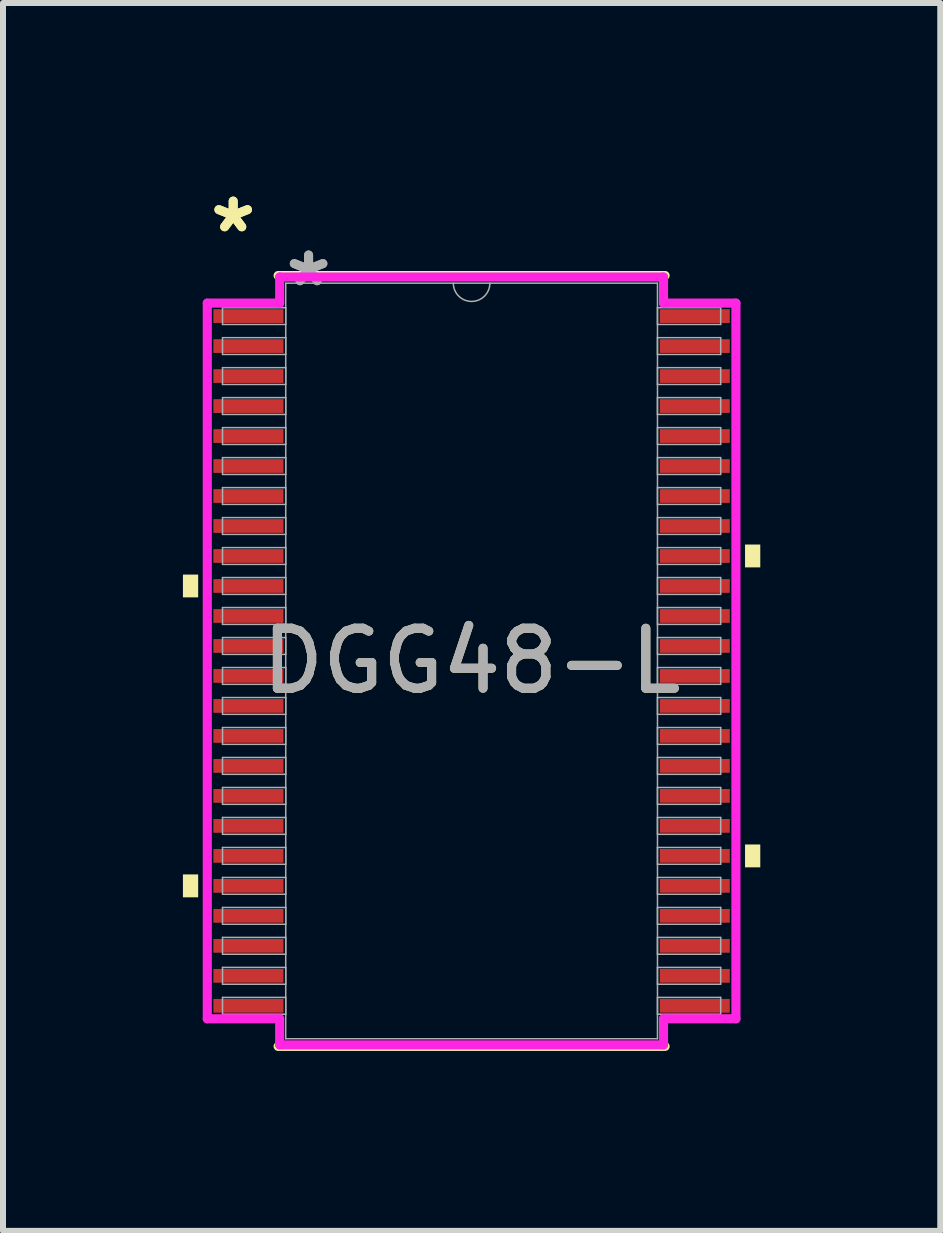
<source format=kicad_pcb>
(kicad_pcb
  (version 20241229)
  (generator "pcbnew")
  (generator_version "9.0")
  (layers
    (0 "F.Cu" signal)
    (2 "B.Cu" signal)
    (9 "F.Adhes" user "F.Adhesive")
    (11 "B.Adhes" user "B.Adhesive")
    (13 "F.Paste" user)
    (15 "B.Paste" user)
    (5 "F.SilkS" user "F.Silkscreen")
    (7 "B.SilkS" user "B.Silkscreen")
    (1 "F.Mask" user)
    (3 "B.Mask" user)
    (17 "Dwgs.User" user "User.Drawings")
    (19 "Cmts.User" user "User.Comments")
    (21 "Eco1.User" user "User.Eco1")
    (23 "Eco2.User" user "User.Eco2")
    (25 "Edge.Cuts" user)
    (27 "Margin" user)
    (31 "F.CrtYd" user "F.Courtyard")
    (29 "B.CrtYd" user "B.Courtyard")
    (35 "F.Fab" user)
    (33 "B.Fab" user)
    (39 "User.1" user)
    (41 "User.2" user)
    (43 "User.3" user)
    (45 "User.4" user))
  (footprint "DGG48-L"
    (layer "F.Cu")
    (at 4.813 7.97)
    (property "Reference" "DGG48-L" (at 0 0 0) (unlocked yes) (layer "F.SilkS") (effects (font (size 1 1) (thickness 0.15))))
    (attr smd)
    (fp_line (start -3.226 6.426) (end 3.226 6.426) (stroke (width 0.152) (type solid)) (layer "F.SilkS"))
    (fp_line (start 3.226 -6.426) (end -3.226 -6.426) (stroke (width 0.152) (type solid)) (layer "F.SilkS"))
    (fp_poly (pts (xy -4.813 -1.44) (xy -4.813 -1.06) (xy -4.559 -1.06) (xy -4.559 -1.44)) (stroke (width 0) (type solid)) (fill yes) (layer "F.SilkS"))
    (fp_poly (pts (xy -4.813 3.559) (xy -4.813 3.941) (xy -4.559 3.941) (xy -4.559 3.559)) (stroke (width 0) (type solid)) (fill yes) (layer "F.SilkS"))
    (fp_poly (pts (xy 4.813 -1.941) (xy 4.813 -1.56) (xy 4.559 -1.56) (xy 4.559 -1.941)) (stroke (width 0) (type solid)) (fill yes) (layer "F.SilkS"))
    (fp_poly (pts (xy 4.813 3.06) (xy 4.813 3.441) (xy 4.559 3.441) (xy 4.559 3.06)) (stroke (width 0) (type solid)) (fill yes) (layer "F.SilkS"))
    (fp_line (start -4.407 -5.966) (end -3.2 -5.966) (stroke (width 0.152) (type solid)) (layer "F.CrtYd"))
    (fp_line (start -4.407 5.966) (end -4.407 -5.966) (stroke (width 0.152) (type solid)) (layer "F.CrtYd"))
    (fp_line (start -4.407 5.966) (end -3.2 5.966) (stroke (width 0.152) (type solid)) (layer "F.CrtYd"))
    (fp_line (start -3.2 -6.401) (end 3.2 -6.401) (stroke (width 0.152) (type solid)) (layer "F.CrtYd"))
    (fp_line (start -3.2 -5.966) (end -3.2 -6.401) (stroke (width 0.152) (type solid)) (layer "F.CrtYd"))
    (fp_line (start -3.2 6.401) (end -3.2 5.966) (stroke (width 0.152) (type solid)) (layer "F.CrtYd"))
    (fp_line (start 3.2 -6.401) (end 3.2 -5.966) (stroke (width 0.152) (type solid)) (layer "F.CrtYd"))
    (fp_line (start 3.2 5.966) (end 3.2 6.401) (stroke (width 0.152) (type solid)) (layer "F.CrtYd"))
    (fp_line (start 3.2 6.401) (end -3.2 6.401) (stroke (width 0.152) (type solid)) (layer "F.CrtYd"))
    (fp_line (start 4.407 -5.966) (end 3.2 -5.966) (stroke (width 0.152) (type solid)) (layer "F.CrtYd"))
    (fp_line (start 4.407 -5.966) (end 4.407 5.966) (stroke (width 0.152) (type solid)) (layer "F.CrtYd"))
    (fp_line (start 4.407 5.966) (end 3.2 5.966) (stroke (width 0.152) (type solid)) (layer "F.CrtYd"))
    (fp_line (start -4.153 -5.89) (end -4.153 -5.61) (stroke (width 0.025) (type solid)) (layer "F.Fab"))
    (fp_line (start -4.153 -5.61) (end -3.099 -5.61) (stroke (width 0.025) (type solid)) (layer "F.Fab"))
    (fp_line (start -4.153 -5.39) (end -4.153 -5.11) (stroke (width 0.025) (type solid)) (layer "F.Fab"))
    (fp_line (start -4.153 -5.11) (end -3.099 -5.11) (stroke (width 0.025) (type solid)) (layer "F.Fab"))
    (fp_line (start -4.153 -4.89) (end -4.153 -4.61) (stroke (width 0.025) (type solid)) (layer "F.Fab"))
    (fp_line (start -4.153 -4.61) (end -3.099 -4.61) (stroke (width 0.025) (type solid)) (layer "F.Fab"))
    (fp_line (start -4.153 -4.39) (end -4.153 -4.11) (stroke (width 0.025) (type solid)) (layer "F.Fab"))
    (fp_line (start -4.153 -4.11) (end -3.099 -4.11) (stroke (width 0.025) (type solid)) (layer "F.Fab"))
    (fp_line (start -4.153 -3.89) (end -4.153 -3.61) (stroke (width 0.025) (type solid)) (layer "F.Fab"))
    (fp_line (start -4.153 -3.61) (end -3.099 -3.61) (stroke (width 0.025) (type solid)) (layer "F.Fab"))
    (fp_line (start -4.153 -3.39) (end -4.153 -3.11) (stroke (width 0.025) (type solid)) (layer "F.Fab"))
    (fp_line (start -4.153 -3.11) (end -3.099 -3.11) (stroke (width 0.025) (type solid)) (layer "F.Fab"))
    (fp_line (start -4.153 -2.89) (end -4.153 -2.61) (stroke (width 0.025) (type solid)) (layer "F.Fab"))
    (fp_line (start -4.153 -2.61) (end -3.099 -2.61) (stroke (width 0.025) (type solid)) (layer "F.Fab"))
    (fp_line (start -4.153 -2.39) (end -4.153 -2.11) (stroke (width 0.025) (type solid)) (layer "F.Fab"))
    (fp_line (start -4.153 -2.11) (end -3.099 -2.11) (stroke (width 0.025) (type solid)) (layer "F.Fab"))
    (fp_line (start -4.153 -1.89) (end -4.153 -1.61) (stroke (width 0.025) (type solid)) (layer "F.Fab"))
    (fp_line (start -4.153 -1.61) (end -3.099 -1.61) (stroke (width 0.025) (type solid)) (layer "F.Fab"))
    (fp_line (start -4.153 -1.39) (end -4.153 -1.11) (stroke (width 0.025) (type solid)) (layer "F.Fab"))
    (fp_line (start -4.153 -1.11) (end -3.099 -1.11) (stroke (width 0.025) (type solid)) (layer "F.Fab"))
    (fp_line (start -4.153 -0.89) (end -4.153 -0.61) (stroke (width 0.025) (type solid)) (layer "F.Fab"))
    (fp_line (start -4.153 -0.61) (end -3.099 -0.61) (stroke (width 0.025) (type solid)) (layer "F.Fab"))
    (fp_line (start -4.153 -0.39) (end -4.153 -0.11) (stroke (width 0.025) (type solid)) (layer "F.Fab"))
    (fp_line (start -4.153 -0.11) (end -3.099 -0.11) (stroke (width 0.025) (type solid)) (layer "F.Fab"))
    (fp_line (start -4.153 0.11) (end -4.153 0.39) (stroke (width 0.025) (type solid)) (layer "F.Fab"))
    (fp_line (start -4.153 0.39) (end -3.099 0.39) (stroke (width 0.025) (type solid)) (layer "F.Fab"))
    (fp_line (start -4.153 0.61) (end -4.153 0.89) (stroke (width 0.025) (type solid)) (layer "F.Fab"))
    (fp_line (start -4.153 0.89) (end -3.099 0.89) (stroke (width 0.025) (type solid)) (layer "F.Fab"))
    (fp_line (start -4.153 1.11) (end -4.153 1.39) (stroke (width 0.025) (type solid)) (layer "F.Fab"))
    (fp_line (start -4.153 1.39) (end -3.099 1.39) (stroke (width 0.025) (type solid)) (layer "F.Fab"))
    (fp_line (start -4.153 1.61) (end -4.153 1.89) (stroke (width 0.025) (type solid)) (layer "F.Fab"))
    (fp_line (start -4.153 1.89) (end -3.099 1.89) (stroke (width 0.025) (type solid)) (layer "F.Fab"))
    (fp_line (start -4.153 2.11) (end -4.153 2.39) (stroke (width 0.025) (type solid)) (layer "F.Fab"))
    (fp_line (start -4.153 2.39) (end -3.099 2.39) (stroke (width 0.025) (type solid)) (layer "F.Fab"))
    (fp_line (start -4.153 2.61) (end -4.153 2.89) (stroke (width 0.025) (type solid)) (layer "F.Fab"))
    (fp_line (start -4.153 2.89) (end -3.099 2.89) (stroke (width 0.025) (type solid)) (layer "F.Fab"))
    (fp_line (start -4.153 3.11) (end -4.153 3.39) (stroke (width 0.025) (type solid)) (layer "F.Fab"))
    (fp_line (start -4.153 3.39) (end -3.099 3.39) (stroke (width 0.025) (type solid)) (layer "F.Fab"))
    (fp_line (start -4.153 3.61) (end -4.153 3.89) (stroke (width 0.025) (type solid)) (layer "F.Fab"))
    (fp_line (start -4.153 3.89) (end -3.099 3.89) (stroke (width 0.025) (type solid)) (layer "F.Fab"))
    (fp_line (start -4.153 4.11) (end -4.153 4.39) (stroke (width 0.025) (type solid)) (layer "F.Fab"))
    (fp_line (start -4.153 4.39) (end -3.099 4.39) (stroke (width 0.025) (type solid)) (layer "F.Fab"))
    (fp_line (start -4.153 4.61) (end -4.153 4.89) (stroke (width 0.025) (type solid)) (layer "F.Fab"))
    (fp_line (start -4.153 4.89) (end -3.099 4.89) (stroke (width 0.025) (type solid)) (layer "F.Fab"))
    (fp_line (start -4.153 5.11) (end -4.153 5.39) (stroke (width 0.025) (type solid)) (layer "F.Fab"))
    (fp_line (start -4.153 5.39) (end -3.099 5.39) (stroke (width 0.025) (type solid)) (layer "F.Fab"))
    (fp_line (start -4.153 5.61) (end -4.153 5.89) (stroke (width 0.025) (type solid)) (layer "F.Fab"))
    (fp_line (start -4.153 5.89) (end -3.099 5.89) (stroke (width 0.025) (type solid)) (layer "F.Fab"))
    (fp_line (start -3.099 -6.299) (end -3.099 6.299) (stroke (width 0.025) (type solid)) (layer "F.Fab"))
    (fp_line (start -3.099 -5.89) (end -4.153 -5.89) (stroke (width 0.025) (type solid)) (layer "F.Fab"))
    (fp_line (start -3.099 -5.61) (end -3.099 -5.89) (stroke (width 0.025) (type solid)) (layer "F.Fab"))
    (fp_line (start -3.099 -5.39) (end -4.153 -5.39) (stroke (width 0.025) (type solid)) (layer "F.Fab"))
    (fp_line (start -3.099 -5.11) (end -3.099 -5.39) (stroke (width 0.025) (type solid)) (layer "F.Fab"))
    (fp_line (start -3.099 -4.89) (end -4.153 -4.89) (stroke (width 0.025) (type solid)) (layer "F.Fab"))
    (fp_line (start -3.099 -4.61) (end -3.099 -4.89) (stroke (width 0.025) (type solid)) (layer "F.Fab"))
    (fp_line (start -3.099 -4.39) (end -4.153 -4.39) (stroke (width 0.025) (type solid)) (layer "F.Fab"))
    (fp_line (start -3.099 -4.11) (end -3.099 -4.39) (stroke (width 0.025) (type solid)) (layer "F.Fab"))
    (fp_line (start -3.099 -3.89) (end -4.153 -3.89) (stroke (width 0.025) (type solid)) (layer "F.Fab"))
    (fp_line (start -3.099 -3.61) (end -3.099 -3.89) (stroke (width 0.025) (type solid)) (layer "F.Fab"))
    (fp_line (start -3.099 -3.39) (end -4.153 -3.39) (stroke (width 0.025) (type solid)) (layer "F.Fab"))
    (fp_line (start -3.099 -3.11) (end -3.099 -3.39) (stroke (width 0.025) (type solid)) (layer "F.Fab"))
    (fp_line (start -3.099 -2.89) (end -4.153 -2.89) (stroke (width 0.025) (type solid)) (layer "F.Fab"))
    (fp_line (start -3.099 -2.61) (end -3.099 -2.89) (stroke (width 0.025) (type solid)) (layer "F.Fab"))
    (fp_line (start -3.099 -2.39) (end -4.153 -2.39) (stroke (width 0.025) (type solid)) (layer "F.Fab"))
    (fp_line (start -3.099 -2.11) (end -3.099 -2.39) (stroke (width 0.025) (type solid)) (layer "F.Fab"))
    (fp_line (start -3.099 -1.89) (end -4.153 -1.89) (stroke (width 0.025) (type solid)) (layer "F.Fab"))
    (fp_line (start -3.099 -1.61) (end -3.099 -1.89) (stroke (width 0.025) (type solid)) (layer "F.Fab"))
    (fp_line (start -3.099 -1.39) (end -4.153 -1.39) (stroke (width 0.025) (type solid)) (layer "F.Fab"))
    (fp_line (start -3.099 -1.11) (end -3.099 -1.39) (stroke (width 0.025) (type solid)) (layer "F.Fab"))
    (fp_line (start -3.099 -0.89) (end -4.153 -0.89) (stroke (width 0.025) (type solid)) (layer "F.Fab"))
    (fp_line (start -3.099 -0.61) (end -3.099 -0.89) (stroke (width 0.025) (type solid)) (layer "F.Fab"))
    (fp_line (start -3.099 -0.39) (end -4.153 -0.39) (stroke (width 0.025) (type solid)) (layer "F.Fab"))
    (fp_line (start -3.099 -0.11) (end -3.099 -0.39) (stroke (width 0.025) (type solid)) (layer "F.Fab"))
    (fp_line (start -3.099 0.11) (end -4.153 0.11) (stroke (width 0.025) (type solid)) (layer "F.Fab"))
    (fp_line (start -3.099 0.39) (end -3.099 0.11) (stroke (width 0.025) (type solid)) (layer "F.Fab"))
    (fp_line (start -3.099 0.61) (end -4.153 0.61) (stroke (width 0.025) (type solid)) (layer "F.Fab"))
    (fp_line (start -3.099 0.89) (end -3.099 0.61) (stroke (width 0.025) (type solid)) (layer "F.Fab"))
    (fp_line (start -3.099 1.11) (end -4.153 1.11) (stroke (width 0.025) (type solid)) (layer "F.Fab"))
    (fp_line (start -3.099 1.39) (end -3.099 1.11) (stroke (width 0.025) (type solid)) (layer "F.Fab"))
    (fp_line (start -3.099 1.61) (end -4.153 1.61) (stroke (width 0.025) (type solid)) (layer "F.Fab"))
    (fp_line (start -3.099 1.89) (end -3.099 1.61) (stroke (width 0.025) (type solid)) (layer "F.Fab"))
    (fp_line (start -3.099 2.11) (end -4.153 2.11) (stroke (width 0.025) (type solid)) (layer "F.Fab"))
    (fp_line (start -3.099 2.39) (end -3.099 2.11) (stroke (width 0.025) (type solid)) (layer "F.Fab"))
    (fp_line (start -3.099 2.61) (end -4.153 2.61) (stroke (width 0.025) (type solid)) (layer "F.Fab"))
    (fp_line (start -3.099 2.89) (end -3.099 2.61) (stroke (width 0.025) (type solid)) (layer "F.Fab"))
    (fp_line (start -3.099 3.11) (end -4.153 3.11) (stroke (width 0.025) (type solid)) (layer "F.Fab"))
    (fp_line (start -3.099 3.39) (end -3.099 3.11) (stroke (width 0.025) (type solid)) (layer "F.Fab"))
    (fp_line (start -3.099 3.61) (end -4.153 3.61) (stroke (width 0.025) (type solid)) (layer "F.Fab"))
    (fp_line (start -3.099 3.89) (end -3.099 3.61) (stroke (width 0.025) (type solid)) (layer "F.Fab"))
    (fp_line (start -3.099 4.11) (end -4.153 4.11) (stroke (width 0.025) (type solid)) (layer "F.Fab"))
    (fp_line (start -3.099 4.39) (end -3.099 4.11) (stroke (width 0.025) (type solid)) (layer "F.Fab"))
    (fp_line (start -3.099 4.61) (end -4.153 4.61) (stroke (width 0.025) (type solid)) (layer "F.Fab"))
    (fp_line (start -3.099 4.89) (end -3.099 4.61) (stroke (width 0.025) (type solid)) (layer "F.Fab"))
    (fp_line (start -3.099 5.11) (end -4.153 5.11) (stroke (width 0.025) (type solid)) (layer "F.Fab"))
    (fp_line (start -3.099 5.39) (end -3.099 5.11) (stroke (width 0.025) (type solid)) (layer "F.Fab"))
    (fp_line (start -3.099 5.61) (end -4.153 5.61) (stroke (width 0.025) (type solid)) (layer "F.Fab"))
    (fp_line (start -3.099 5.89) (end -3.099 5.61) (stroke (width 0.025) (type solid)) (layer "F.Fab"))
    (fp_line (start -3.099 6.299) (end 3.099 6.299) (stroke (width 0.025) (type solid)) (layer "F.Fab"))
    (fp_line (start 3.099 -6.299) (end -3.099 -6.299) (stroke (width 0.025) (type solid)) (layer "F.Fab"))
    (fp_line (start 3.099 -5.89) (end 3.099 -5.61) (stroke (width 0.025) (type solid)) (layer "F.Fab"))
    (fp_line (start 3.099 -5.61) (end 4.153 -5.61) (stroke (width 0.025) (type solid)) (layer "F.Fab"))
    (fp_line (start 3.099 -5.39) (end 3.099 -5.11) (stroke (width 0.025) (type solid)) (layer "F.Fab"))
    (fp_line (start 3.099 -5.11) (end 4.153 -5.11) (stroke (width 0.025) (type solid)) (layer "F.Fab"))
    (fp_line (start 3.099 -4.89) (end 3.099 -4.61) (stroke (width 0.025) (type solid)) (layer "F.Fab"))
    (fp_line (start 3.099 -4.61) (end 4.153 -4.61) (stroke (width 0.025) (type solid)) (layer "F.Fab"))
    (fp_line (start 3.099 -4.39) (end 3.099 -4.11) (stroke (width 0.025) (type solid)) (layer "F.Fab"))
    (fp_line (start 3.099 -4.11) (end 4.153 -4.11) (stroke (width 0.025) (type solid)) (layer "F.Fab"))
    (fp_line (start 3.099 -3.89) (end 3.099 -3.61) (stroke (width 0.025) (type solid)) (layer "F.Fab"))
    (fp_line (start 3.099 -3.61) (end 4.153 -3.61) (stroke (width 0.025) (type solid)) (layer "F.Fab"))
    (fp_line (start 3.099 -3.39) (end 3.099 -3.11) (stroke (width 0.025) (type solid)) (layer "F.Fab"))
    (fp_line (start 3.099 -3.11) (end 4.153 -3.11) (stroke (width 0.025) (type solid)) (layer "F.Fab"))
    (fp_line (start 3.099 -2.89) (end 3.099 -2.61) (stroke (width 0.025) (type solid)) (layer "F.Fab"))
    (fp_line (start 3.099 -2.61) (end 4.153 -2.61) (stroke (width 0.025) (type solid)) (layer "F.Fab"))
    (fp_line (start 3.099 -2.39) (end 3.099 -2.11) (stroke (width 0.025) (type solid)) (layer "F.Fab"))
    (fp_line (start 3.099 -2.11) (end 4.153 -2.11) (stroke (width 0.025) (type solid)) (layer "F.Fab"))
    (fp_line (start 3.099 -1.89) (end 3.099 -1.61) (stroke (width 0.025) (type solid)) (layer "F.Fab"))
    (fp_line (start 3.099 -1.61) (end 4.153 -1.61) (stroke (width 0.025) (type solid)) (layer "F.Fab"))
    (fp_line (start 3.099 -1.39) (end 3.099 -1.11) (stroke (width 0.025) (type solid)) (layer "F.Fab"))
    (fp_line (start 3.099 -1.11) (end 4.153 -1.11) (stroke (width 0.025) (type solid)) (layer "F.Fab"))
    (fp_line (start 3.099 -0.89) (end 3.099 -0.61) (stroke (width 0.025) (type solid)) (layer "F.Fab"))
    (fp_line (start 3.099 -0.61) (end 4.153 -0.61) (stroke (width 0.025) (type solid)) (layer "F.Fab"))
    (fp_line (start 3.099 -0.39) (end 3.099 -0.11) (stroke (width 0.025) (type solid)) (layer "F.Fab"))
    (fp_line (start 3.099 -0.11) (end 4.153 -0.11) (stroke (width 0.025) (type solid)) (layer "F.Fab"))
    (fp_line (start 3.099 0.11) (end 3.099 0.39) (stroke (width 0.025) (type solid)) (layer "F.Fab"))
    (fp_line (start 3.099 0.39) (end 4.153 0.39) (stroke (width 0.025) (type solid)) (layer "F.Fab"))
    (fp_line (start 3.099 0.61) (end 3.099 0.89) (stroke (width 0.025) (type solid)) (layer "F.Fab"))
    (fp_line (start 3.099 0.89) (end 4.153 0.89) (stroke (width 0.025) (type solid)) (layer "F.Fab"))
    (fp_line (start 3.099 1.11) (end 3.099 1.39) (stroke (width 0.025) (type solid)) (layer "F.Fab"))
    (fp_line (start 3.099 1.39) (end 4.153 1.39) (stroke (width 0.025) (type solid)) (layer "F.Fab"))
    (fp_line (start 3.099 1.61) (end 3.099 1.89) (stroke (width 0.025) (type solid)) (layer "F.Fab"))
    (fp_line (start 3.099 1.89) (end 4.153 1.89) (stroke (width 0.025) (type solid)) (layer "F.Fab"))
    (fp_line (start 3.099 2.11) (end 3.099 2.39) (stroke (width 0.025) (type solid)) (layer "F.Fab"))
    (fp_line (start 3.099 2.39) (end 4.153 2.39) (stroke (width 0.025) (type solid)) (layer "F.Fab"))
    (fp_line (start 3.099 2.61) (end 3.099 2.89) (stroke (width 0.025) (type solid)) (layer "F.Fab"))
    (fp_line (start 3.099 2.89) (end 4.153 2.89) (stroke (width 0.025) (type solid)) (layer "F.Fab"))
    (fp_line (start 3.099 3.11) (end 3.099 3.39) (stroke (width 0.025) (type solid)) (layer "F.Fab"))
    (fp_line (start 3.099 3.39) (end 4.153 3.39) (stroke (width 0.025) (type solid)) (layer "F.Fab"))
    (fp_line (start 3.099 3.61) (end 3.099 3.89) (stroke (width 0.025) (type solid)) (layer "F.Fab"))
    (fp_line (start 3.099 3.89) (end 4.153 3.89) (stroke (width 0.025) (type solid)) (layer "F.Fab"))
    (fp_line (start 3.099 4.11) (end 3.099 4.39) (stroke (width 0.025) (type solid)) (layer "F.Fab"))
    (fp_line (start 3.099 4.39) (end 4.153 4.39) (stroke (width 0.025) (type solid)) (layer "F.Fab"))
    (fp_line (start 3.099 4.61) (end 3.099 4.89) (stroke (width 0.025) (type solid)) (layer "F.Fab"))
    (fp_line (start 3.099 4.89) (end 4.153 4.89) (stroke (width 0.025) (type solid)) (layer "F.Fab"))
    (fp_line (start 3.099 5.11) (end 3.099 5.39) (stroke (width 0.025) (type solid)) (layer "F.Fab"))
    (fp_line (start 3.099 5.39) (end 4.153 5.39) (stroke (width 0.025) (type solid)) (layer "F.Fab"))
    (fp_line (start 3.099 5.61) (end 3.099 5.89) (stroke (width 0.025) (type solid)) (layer "F.Fab"))
    (fp_line (start 3.099 5.89) (end 4.153 5.89) (stroke (width 0.025) (type solid)) (layer "F.Fab"))
    (fp_line (start 3.099 6.299) (end 3.099 -6.299) (stroke (width 0.025) (type solid)) (layer "F.Fab"))
    (fp_line (start 4.153 -5.89) (end 3.099 -5.89) (stroke (width 0.025) (type solid)) (layer "F.Fab"))
    (fp_line (start 4.153 -5.61) (end 4.153 -5.89) (stroke (width 0.025) (type solid)) (layer "F.Fab"))
    (fp_line (start 4.153 -5.39) (end 3.099 -5.39) (stroke (width 0.025) (type solid)) (layer "F.Fab"))
    (fp_line (start 4.153 -5.11) (end 4.153 -5.39) (stroke (width 0.025) (type solid)) (layer "F.Fab"))
    (fp_line (start 4.153 -4.89) (end 3.099 -4.89) (stroke (width 0.025) (type solid)) (layer "F.Fab"))
    (fp_line (start 4.153 -4.61) (end 4.153 -4.89) (stroke (width 0.025) (type solid)) (layer "F.Fab"))
    (fp_line (start 4.153 -4.39) (end 3.099 -4.39) (stroke (width 0.025) (type solid)) (layer "F.Fab"))
    (fp_line (start 4.153 -4.11) (end 4.153 -4.39) (stroke (width 0.025) (type solid)) (layer "F.Fab"))
    (fp_line (start 4.153 -3.89) (end 3.099 -3.89) (stroke (width 0.025) (type solid)) (layer "F.Fab"))
    (fp_line (start 4.153 -3.61) (end 4.153 -3.89) (stroke (width 0.025) (type solid)) (layer "F.Fab"))
    (fp_line (start 4.153 -3.39) (end 3.099 -3.39) (stroke (width 0.025) (type solid)) (layer "F.Fab"))
    (fp_line (start 4.153 -3.11) (end 4.153 -3.39) (stroke (width 0.025) (type solid)) (layer "F.Fab"))
    (fp_line (start 4.153 -2.89) (end 3.099 -2.89) (stroke (width 0.025) (type solid)) (layer "F.Fab"))
    (fp_line (start 4.153 -2.61) (end 4.153 -2.89) (stroke (width 0.025) (type solid)) (layer "F.Fab"))
    (fp_line (start 4.153 -2.39) (end 3.099 -2.39) (stroke (width 0.025) (type solid)) (layer "F.Fab"))
    (fp_line (start 4.153 -2.11) (end 4.153 -2.39) (stroke (width 0.025) (type solid)) (layer "F.Fab"))
    (fp_line (start 4.153 -1.89) (end 3.099 -1.89) (stroke (width 0.025) (type solid)) (layer "F.Fab"))
    (fp_line (start 4.153 -1.61) (end 4.153 -1.89) (stroke (width 0.025) (type solid)) (layer "F.Fab"))
    (fp_line (start 4.153 -1.39) (end 3.099 -1.39) (stroke (width 0.025) (type solid)) (layer "F.Fab"))
    (fp_line (start 4.153 -1.11) (end 4.153 -1.39) (stroke (width 0.025) (type solid)) (layer "F.Fab"))
    (fp_line (start 4.153 -0.89) (end 3.099 -0.89) (stroke (width 0.025) (type solid)) (layer "F.Fab"))
    (fp_line (start 4.153 -0.61) (end 4.153 -0.89) (stroke (width 0.025) (type solid)) (layer "F.Fab"))
    (fp_line (start 4.153 -0.39) (end 3.099 -0.39) (stroke (width 0.025) (type solid)) (layer "F.Fab"))
    (fp_line (start 4.153 -0.11) (end 4.153 -0.39) (stroke (width 0.025) (type solid)) (layer "F.Fab"))
    (fp_line (start 4.153 0.11) (end 3.099 0.11) (stroke (width 0.025) (type solid)) (layer "F.Fab"))
    (fp_line (start 4.153 0.39) (end 4.153 0.11) (stroke (width 0.025) (type solid)) (layer "F.Fab"))
    (fp_line (start 4.153 0.61) (end 3.099 0.61) (stroke (width 0.025) (type solid)) (layer "F.Fab"))
    (fp_line (start 4.153 0.89) (end 4.153 0.61) (stroke (width 0.025) (type solid)) (layer "F.Fab"))
    (fp_line (start 4.153 1.11) (end 3.099 1.11) (stroke (width 0.025) (type solid)) (layer "F.Fab"))
    (fp_line (start 4.153 1.39) (end 4.153 1.11) (stroke (width 0.025) (type solid)) (layer "F.Fab"))
    (fp_line (start 4.153 1.61) (end 3.099 1.61) (stroke (width 0.025) (type solid)) (layer "F.Fab"))
    (fp_line (start 4.153 1.89) (end 4.153 1.61) (stroke (width 0.025) (type solid)) (layer "F.Fab"))
    (fp_line (start 4.153 2.11) (end 3.099 2.11) (stroke (width 0.025) (type solid)) (layer "F.Fab"))
    (fp_line (start 4.153 2.39) (end 4.153 2.11) (stroke (width 0.025) (type solid)) (layer "F.Fab"))
    (fp_line (start 4.153 2.61) (end 3.099 2.61) (stroke (width 0.025) (type solid)) (layer "F.Fab"))
    (fp_line (start 4.153 2.89) (end 4.153 2.61) (stroke (width 0.025) (type solid)) (layer "F.Fab"))
    (fp_line (start 4.153 3.11) (end 3.099 3.11) (stroke (width 0.025) (type solid)) (layer "F.Fab"))
    (fp_line (start 4.153 3.39) (end 4.153 3.11) (stroke (width 0.025) (type solid)) (layer "F.Fab"))
    (fp_line (start 4.153 3.61) (end 3.099 3.61) (stroke (width 0.025) (type solid)) (layer "F.Fab"))
    (fp_line (start 4.153 3.89) (end 4.153 3.61) (stroke (width 0.025) (type solid)) (layer "F.Fab"))
    (fp_line (start 4.153 4.11) (end 3.099 4.11) (stroke (width 0.025) (type solid)) (layer "F.Fab"))
    (fp_line (start 4.153 4.39) (end 4.153 4.11) (stroke (width 0.025) (type solid)) (layer "F.Fab"))
    (fp_line (start 4.153 4.61) (end 3.099 4.61) (stroke (width 0.025) (type solid)) (layer "F.Fab"))
    (fp_line (start 4.153 4.89) (end 4.153 4.61) (stroke (width 0.025) (type solid)) (layer "F.Fab"))
    (fp_line (start 4.153 5.11) (end 3.099 5.11) (stroke (width 0.025) (type solid)) (layer "F.Fab"))
    (fp_line (start 4.153 5.39) (end 4.153 5.11) (stroke (width 0.025) (type solid)) (layer "F.Fab"))
    (fp_line (start 4.153 5.61) (end 3.099 5.61) (stroke (width 0.025) (type solid)) (layer "F.Fab"))
    (fp_line (start 4.153 5.89) (end 4.153 5.61) (stroke (width 0.025) (type solid)) (layer "F.Fab"))
    (fp_arc (start 0.3048 -6.2992) (mid 0 -5.9944) (end -0.3048 -6.2992) (stroke (width 0.0254) (type solid)) (layer "F.Fab"))
    (fp_text user "*" (at -3.975 -7.122 0) (unlocked yes) (layer "F.SilkS") (effects (font (size 1 1) (thickness 0.15))))
    (fp_text user "*" (at -3.975 -7.122 0) (layer "F.SilkS") (effects (font (size 1 1) (thickness 0.15))))
    (fp_text user "*" (at -2.718 -6.223 0) (unlocked yes) (layer "F.Fab") (effects (font (size 1 1) (thickness 0.15))))
    (fp_text user "${REFERENCE}" (at 0 0 0) (unlocked yes) (layer "F.Fab") (effects (font (size 1 1) (thickness 0.15))))
    (fp_text user "*" (at -2.718 -6.223 0) (layer "F.Fab") (effects (font (size 1 1) (thickness 0.15))))
    (pad "1" smd rect (at -3.721 -5.75) (size 1.168 0.229) (layers "F.Cu" "F.Mask" "F.Paste"))
    (pad "2" smd rect (at -3.721 -5.25) (size 1.168 0.229) (layers "F.Cu" "F.Mask" "F.Paste"))
    (pad "3" smd rect (at -3.721 -4.75) (size 1.168 0.229) (layers "F.Cu" "F.Mask" "F.Paste"))
    (pad "4" smd rect (at -3.721 -4.25) (size 1.168 0.229) (layers "F.Cu" "F.Mask" "F.Paste"))
    (pad "5" smd rect (at -3.721 -3.75) (size 1.168 0.229) (layers "F.Cu" "F.Mask" "F.Paste"))
    (pad "6" smd rect (at -3.721 -3.25) (size 1.168 0.229) (layers "F.Cu" "F.Mask" "F.Paste"))
    (pad "7" smd rect (at -3.721 -2.75) (size 1.168 0.229) (layers "F.Cu" "F.Mask" "F.Paste"))
    (pad "8" smd rect (at -3.721 -2.25) (size 1.168 0.229) (layers "F.Cu" "F.Mask" "F.Paste"))
    (pad "9" smd rect (at -3.721 -1.75) (size 1.168 0.229) (layers "F.Cu" "F.Mask" "F.Paste"))
    (pad "10" smd rect (at -3.721 -1.25) (size 1.168 0.229) (layers "F.Cu" "F.Mask" "F.Paste"))
    (pad "11" smd rect (at -3.721 -0.75) (size 1.168 0.229) (layers "F.Cu" "F.Mask" "F.Paste"))
    (pad "12" smd rect (at -3.721 -0.25) (size 1.168 0.229) (layers "F.Cu" "F.Mask" "F.Paste"))
    (pad "13" smd rect (at -3.721 0.25) (size 1.168 0.229) (layers "F.Cu" "F.Mask" "F.Paste"))
    (pad "14" smd rect (at -3.721 0.75) (size 1.168 0.229) (layers "F.Cu" "F.Mask" "F.Paste"))
    (pad "15" smd rect (at -3.721 1.25) (size 1.168 0.229) (layers "F.Cu" "F.Mask" "F.Paste"))
    (pad "16" smd rect (at -3.721 1.75) (size 1.168 0.229) (layers "F.Cu" "F.Mask" "F.Paste"))
    (pad "17" smd rect (at -3.721 2.25) (size 1.168 0.229) (layers "F.Cu" "F.Mask" "F.Paste"))
    (pad "18" smd rect (at -3.721 2.75) (size 1.168 0.229) (layers "F.Cu" "F.Mask" "F.Paste"))
    (pad "19" smd rect (at -3.721 3.25) (size 1.168 0.229) (layers "F.Cu" "F.Mask" "F.Paste"))
    (pad "20" smd rect (at -3.721 3.75) (size 1.168 0.229) (layers "F.Cu" "F.Mask" "F.Paste"))
    (pad "21" smd rect (at -3.721 4.25) (size 1.168 0.229) (layers "F.Cu" "F.Mask" "F.Paste"))
    (pad "22" smd rect (at -3.721 4.75) (size 1.168 0.229) (layers "F.Cu" "F.Mask" "F.Paste"))
    (pad "23" smd rect (at -3.721 5.25) (size 1.168 0.229) (layers "F.Cu" "F.Mask" "F.Paste"))
    (pad "24" smd rect (at -3.721 5.75) (size 1.168 0.229) (layers "F.Cu" "F.Mask" "F.Paste"))
    (pad "25" smd rect (at 3.721 5.75) (size 1.168 0.229) (layers "F.Cu" "F.Mask" "F.Paste"))
    (pad "26" smd rect (at 3.721 5.25) (size 1.168 0.229) (layers "F.Cu" "F.Mask" "F.Paste"))
    (pad "27" smd rect (at 3.721 4.75) (size 1.168 0.229) (layers "F.Cu" "F.Mask" "F.Paste"))
    (pad "28" smd rect (at 3.721 4.25) (size 1.168 0.229) (layers "F.Cu" "F.Mask" "F.Paste"))
    (pad "29" smd rect (at 3.721 3.75) (size 1.168 0.229) (layers "F.Cu" "F.Mask" "F.Paste"))
    (pad "30" smd rect (at 3.721 3.25) (size 1.168 0.229) (layers "F.Cu" "F.Mask" "F.Paste"))
    (pad "31" smd rect (at 3.721 2.75) (size 1.168 0.229) (layers "F.Cu" "F.Mask" "F.Paste"))
    (pad "32" smd rect (at 3.721 2.25) (size 1.168 0.229) (layers "F.Cu" "F.Mask" "F.Paste"))
    (pad "33" smd rect (at 3.721 1.75) (size 1.168 0.229) (layers "F.Cu" "F.Mask" "F.Paste"))
    (pad "34" smd rect (at 3.721 1.25) (size 1.168 0.229) (layers "F.Cu" "F.Mask" "F.Paste"))
    (pad "35" smd rect (at 3.721 0.75) (size 1.168 0.229) (layers "F.Cu" "F.Mask" "F.Paste"))
    (pad "36" smd rect (at 3.721 0.25) (size 1.168 0.229) (layers "F.Cu" "F.Mask" "F.Paste"))
    (pad "37" smd rect (at 3.721 -0.25) (size 1.168 0.229) (layers "F.Cu" "F.Mask" "F.Paste"))
    (pad "38" smd rect (at 3.721 -0.75) (size 1.168 0.229) (layers "F.Cu" "F.Mask" "F.Paste"))
    (pad "39" smd rect (at 3.721 -1.25) (size 1.168 0.229) (layers "F.Cu" "F.Mask" "F.Paste"))
    (pad "40" smd rect (at 3.721 -1.75) (size 1.168 0.229) (layers "F.Cu" "F.Mask" "F.Paste"))
    (pad "41" smd rect (at 3.721 -2.25) (size 1.168 0.229) (layers "F.Cu" "F.Mask" "F.Paste"))
    (pad "42" smd rect (at 3.721 -2.75) (size 1.168 0.229) (layers "F.Cu" "F.Mask" "F.Paste"))
    (pad "43" smd rect (at 3.721 -3.25) (size 1.168 0.229) (layers "F.Cu" "F.Mask" "F.Paste"))
    (pad "44" smd rect (at 3.721 -3.75) (size 1.168 0.229) (layers "F.Cu" "F.Mask" "F.Paste"))
    (pad "45" smd rect (at 3.721 -4.25) (size 1.168 0.229) (layers "F.Cu" "F.Mask" "F.Paste"))
    (pad "46" smd rect (at 3.721 -4.75) (size 1.168 0.229) (layers "F.Cu" "F.Mask" "F.Paste"))
    (pad "47" smd rect (at 3.721 -5.25) (size 1.168 0.229) (layers "F.Cu" "F.Mask" "F.Paste"))
    (pad "48" smd rect (at 3.721 -5.75) (size 1.168 0.229) (layers "F.Cu" "F.Mask" "F.Paste")))
  (gr_rect
    (start -3 -3)
    (end 12.627 17.472)
    (stroke (width 0.1) (type default))
    (fill no)
    (layer "Edge.Cuts")))
</source>
